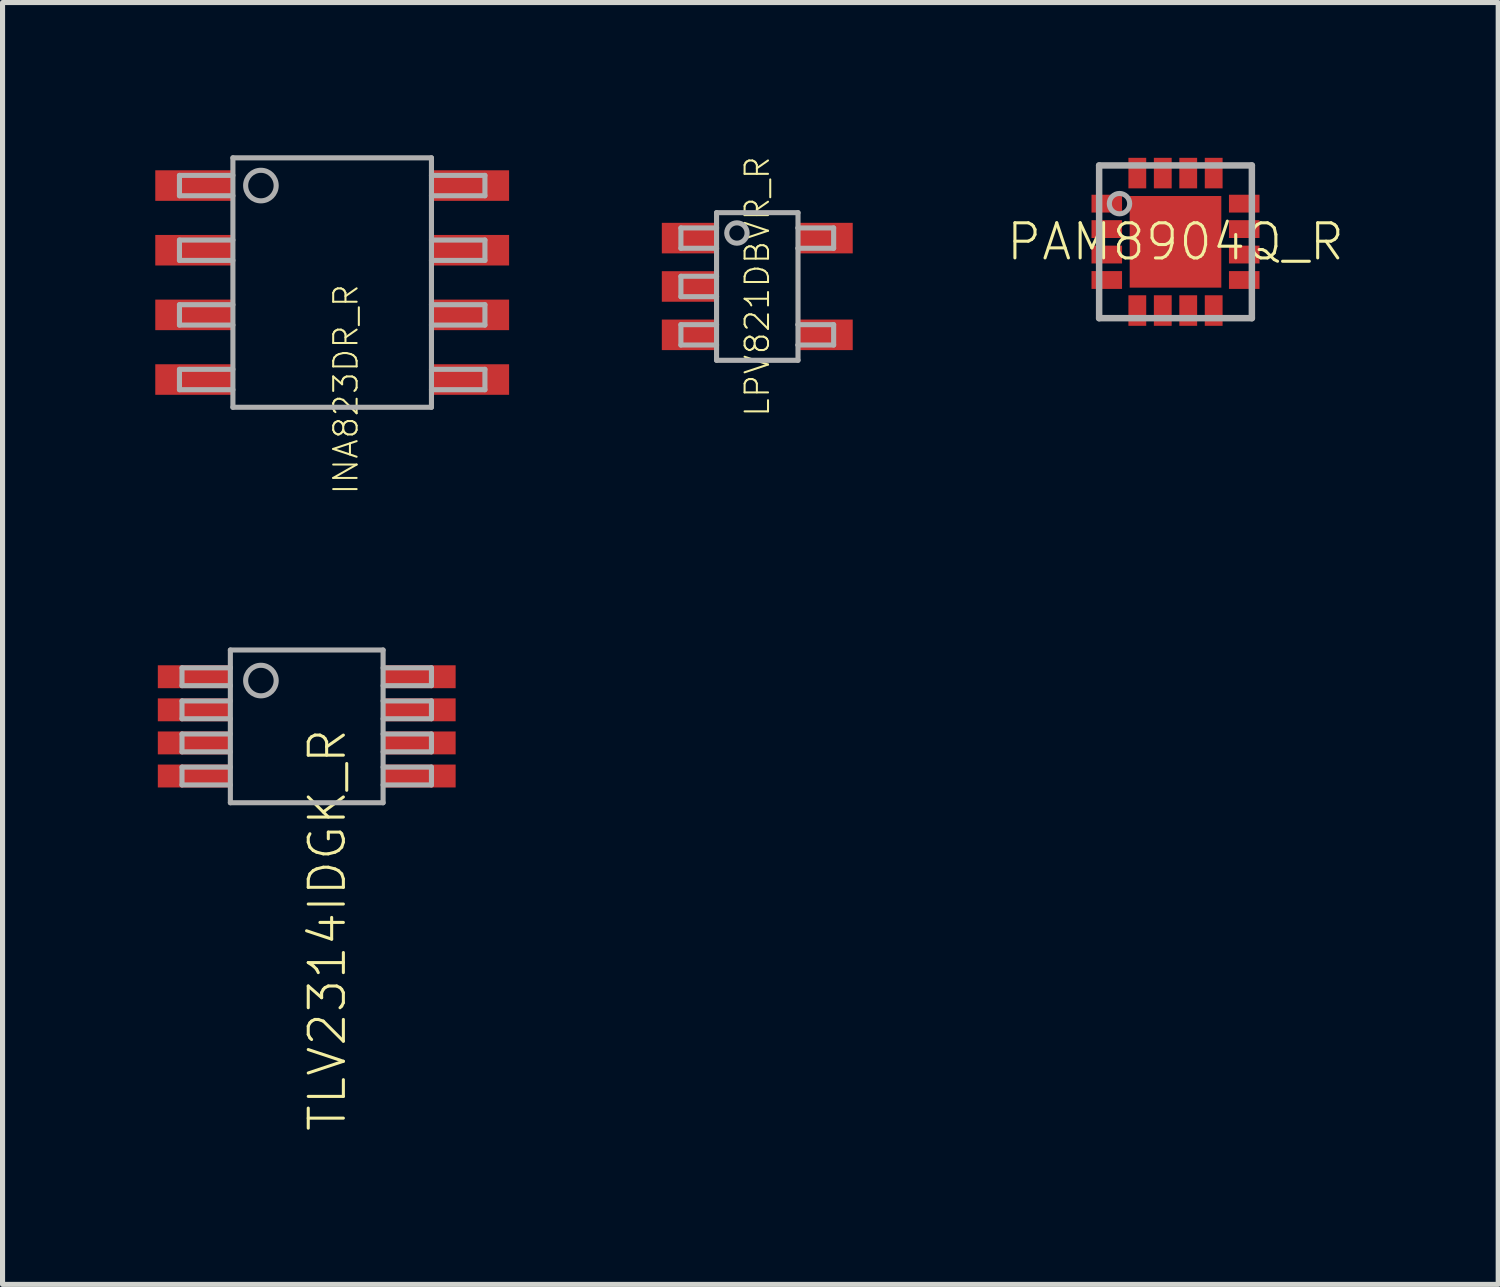
<source format=kicad_pcb>
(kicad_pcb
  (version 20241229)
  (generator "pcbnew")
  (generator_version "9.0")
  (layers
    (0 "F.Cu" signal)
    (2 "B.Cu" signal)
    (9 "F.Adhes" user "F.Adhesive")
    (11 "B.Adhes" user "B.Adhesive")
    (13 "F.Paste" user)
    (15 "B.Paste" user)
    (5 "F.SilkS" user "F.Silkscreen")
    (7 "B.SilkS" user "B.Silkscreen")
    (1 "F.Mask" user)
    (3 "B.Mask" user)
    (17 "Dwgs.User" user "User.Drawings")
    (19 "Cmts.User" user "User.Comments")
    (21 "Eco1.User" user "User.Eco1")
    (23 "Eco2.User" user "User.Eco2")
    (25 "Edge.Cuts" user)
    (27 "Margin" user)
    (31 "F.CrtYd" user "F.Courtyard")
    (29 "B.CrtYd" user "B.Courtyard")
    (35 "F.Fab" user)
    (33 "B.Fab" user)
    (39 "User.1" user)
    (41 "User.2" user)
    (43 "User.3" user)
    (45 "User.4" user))
  (footprint "INA823DR_R"
    (layer "F.Cu")
    (at 3.475 2.5)
    (property "Reference" "INA823DR_R" (at 0 0 90) (unlocked yes) (layer "F.SilkS") (effects (font (size 0.46 0.46) (thickness 0.04)) (justify right top)))
    (fp_poly (pts (xy -1.925 -1.605) (xy -3.475 -1.605) (xy -3.475 -2.205) (xy -1.925 -2.205)) (stroke (width 0) (type default)) (fill yes) (layer "F.Paste"))
    (fp_poly (pts (xy -1.925 -1.605) (xy -3.475 -1.605) (xy -3.475 -2.205) (xy -1.925 -2.205)) (stroke (width 0) (type default)) (fill yes) (layer "F.Paste"))
    (fp_poly (pts (xy -1.925 -0.335) (xy -3.475 -0.335) (xy -3.475 -0.935) (xy -1.925 -0.935)) (stroke (width 0) (type default)) (fill yes) (layer "F.Paste"))
    (fp_poly (pts (xy -1.925 0.935) (xy -3.475 0.935) (xy -3.475 0.335) (xy -1.925 0.335)) (stroke (width 0) (type default)) (fill yes) (layer "F.Paste"))
    (fp_poly (pts (xy -1.925 2.205) (xy -3.475 2.205) (xy -3.475 1.605) (xy -1.925 1.605)) (stroke (width 0) (type default)) (fill yes) (layer "F.Paste"))
    (fp_poly (pts (xy 3.475 -1.605) (xy 1.925 -1.605) (xy 1.925 -2.205) (xy 3.475 -2.205)) (stroke (width 0) (type default)) (fill yes) (layer "F.Paste"))
    (fp_poly (pts (xy 3.475 -0.335) (xy 1.925 -0.335) (xy 1.925 -0.935) (xy 3.475 -0.935)) (stroke (width 0) (type default)) (fill yes) (layer "F.Paste"))
    (fp_poly (pts (xy 3.475 0.935) (xy 1.925 0.935) (xy 1.925 0.335) (xy 3.475 0.335)) (stroke (width 0) (type default)) (fill yes) (layer "F.Paste"))
    (fp_poly (pts (xy 3.475 2.205) (xy 1.925 2.205) (xy 1.925 1.605) (xy 3.475 1.605)) (stroke (width 0) (type default)) (fill yes) (layer "F.Paste"))
    (fp_line (start -3 -2.105) (end -3 -1.705) (stroke (width 0.1) (type solid)) (layer "F.Fab"))
    (fp_line (start -3 -1.705) (end -1.95 -1.705) (stroke (width 0.1) (type solid)) (layer "F.Fab"))
    (fp_line (start -3 -0.835) (end -3 -0.435) (stroke (width 0.1) (type solid)) (layer "F.Fab"))
    (fp_line (start -3 -0.435) (end -1.95 -0.435) (stroke (width 0.1) (type solid)) (layer "F.Fab"))
    (fp_line (start -3 0.435) (end -3 0.835) (stroke (width 0.1) (type solid)) (layer "F.Fab"))
    (fp_line (start -3 0.835) (end -1.95 0.835) (stroke (width 0.1) (type solid)) (layer "F.Fab"))
    (fp_line (start -3 1.705) (end -3 2.105) (stroke (width 0.1) (type solid)) (layer "F.Fab"))
    (fp_line (start -3 2.105) (end -1.95 2.105) (stroke (width 0.1) (type solid)) (layer "F.Fab"))
    (fp_line (start -1.95 -2.45) (end -1.95 2.45) (stroke (width 0.1) (type solid)) (layer "F.Fab"))
    (fp_line (start -1.95 -2.105) (end -3 -2.105) (stroke (width 0.1) (type solid)) (layer "F.Fab"))
    (fp_line (start -1.95 -0.835) (end -3 -0.835) (stroke (width 0.1) (type solid)) (layer "F.Fab"))
    (fp_line (start -1.95 0.435) (end -3 0.435) (stroke (width 0.1) (type solid)) (layer "F.Fab"))
    (fp_line (start -1.95 1.705) (end -3 1.705) (stroke (width 0.1) (type solid)) (layer "F.Fab"))
    (fp_line (start -1.95 2.45) (end 1.95 2.45) (stroke (width 0.1) (type solid)) (layer "F.Fab"))
    (fp_line (start 1.95 -2.45) (end -1.95 -2.45) (stroke (width 0.1) (type solid)) (layer "F.Fab"))
    (fp_line (start 1.95 -2.105) (end 3 -2.105) (stroke (width 0.1) (type solid)) (layer "F.Fab"))
    (fp_line (start 1.95 -0.835) (end 3 -0.835) (stroke (width 0.1) (type solid)) (layer "F.Fab"))
    (fp_line (start 1.95 0.435) (end 3 0.435) (stroke (width 0.1) (type solid)) (layer "F.Fab"))
    (fp_line (start 1.95 1.705) (end 3 1.705) (stroke (width 0.1) (type solid)) (layer "F.Fab"))
    (fp_line (start 1.95 2.45) (end 1.95 -2.45) (stroke (width 0.1) (type solid)) (layer "F.Fab"))
    (fp_line (start 3 -2.105) (end 3 -1.705) (stroke (width 0.1) (type solid)) (layer "F.Fab"))
    (fp_line (start 3 -1.705) (end 1.95 -1.705) (stroke (width 0.1) (type solid)) (layer "F.Fab"))
    (fp_line (start 3 -0.835) (end 3 -0.435) (stroke (width 0.1) (type solid)) (layer "F.Fab"))
    (fp_line (start 3 -0.435) (end 1.95 -0.435) (stroke (width 0.1) (type solid)) (layer "F.Fab"))
    (fp_line (start 3 0.435) (end 3 0.835) (stroke (width 0.1) (type solid)) (layer "F.Fab"))
    (fp_line (start 3 0.835) (end 1.95 0.835) (stroke (width 0.1) (type solid)) (layer "F.Fab"))
    (fp_line (start 3 1.705) (end 3 2.105) (stroke (width 0.1) (type solid)) (layer "F.Fab"))
    (fp_line (start 3 2.105) (end 1.95 2.105) (stroke (width 0.1) (type solid)) (layer "F.Fab"))
    (fp_circle (center -1.4 -1.905) (end -1.1 -1.905) (stroke (width 0.1) (type solid)) (fill no) (layer "F.Fab"))
    (pad "1" smd rect (at -2.7 -1.905 270) (size 0.6 1.55) (layers "F.Cu" "F.Mask"))
    (pad "2" smd rect (at -2.7 -0.635 270) (size 0.6 1.55) (layers "F.Cu" "F.Mask"))
    (pad "3" smd rect (at -2.7 0.635 270) (size 0.6 1.55) (layers "F.Cu" "F.Mask"))
    (pad "4" smd rect (at -2.7 1.905 270) (size 0.6 1.55) (layers "F.Cu" "F.Mask"))
    (pad "5" smd rect (at 2.7 1.905 90) (size 0.6 1.55) (layers "F.Cu" "F.Mask"))
    (pad "6" smd rect (at 2.7 0.635 90) (size 0.6 1.55) (layers "F.Cu" "F.Mask"))
    (pad "7" smd rect (at 2.7 -0.635 90) (size 0.6 1.55) (layers "F.Cu" "F.Mask"))
    (pad "8" smd rect (at 2.7 -1.905 90) (size 0.6 1.55) (layers "F.Cu" "F.Mask")))
  (footprint "LPV821DBVR_R"
    (layer "F.Cu")
    (at 11.825 2.577)
    (property "Reference" "LPV821DBVR_R" (at 0 0 90) (unlocked yes) (layer "F.SilkS") (effects (font (size 0.46 0.46) (thickness 0.04))))
    (fp_line (start -1.5 -1.15) (end -1.5 -0.75) (stroke (width 0.1) (type solid)) (layer "F.Fab"))
    (fp_line (start -1.5 -0.75) (end -0.8 -0.75) (stroke (width 0.1) (type solid)) (layer "F.Fab"))
    (fp_line (start -1.5 -0.2) (end -1.5 0.2) (stroke (width 0.1) (type solid)) (layer "F.Fab"))
    (fp_line (start -1.5 0.75) (end -1.5 1.15) (stroke (width 0.1) (type solid)) (layer "F.Fab"))
    (fp_line (start -0.8 -1.45) (end 0.8 -1.45) (stroke (width 0.1) (type solid)) (layer "F.Fab"))
    (fp_line (start -0.8 -1.15) (end -1.5 -1.15) (stroke (width 0.1) (type solid)) (layer "F.Fab"))
    (fp_line (start -0.8 -1.15) (end -0.8 -1.45) (stroke (width 0.1) (type solid)) (layer "F.Fab"))
    (fp_line (start -0.8 -0.75) (end -0.8 -1.15) (stroke (width 0.1) (type solid)) (layer "F.Fab"))
    (fp_line (start -0.8 -0.2) (end -1.5 -0.2) (stroke (width 0.1) (type solid)) (layer "F.Fab"))
    (fp_line (start -0.8 -0.2) (end -0.8 -0.75) (stroke (width 0.1) (type solid)) (layer "F.Fab"))
    (fp_line (start -0.8 0.2) (end -1.5 0.2) (stroke (width 0.1) (type solid)) (layer "F.Fab"))
    (fp_line (start -0.8 0.2) (end -0.8 -0.2) (stroke (width 0.1) (type solid)) (layer "F.Fab"))
    (fp_line (start -0.8 0.75) (end -1.5 0.75) (stroke (width 0.1) (type solid)) (layer "F.Fab"))
    (fp_line (start -0.8 0.75) (end -0.8 0.2) (stroke (width 0.1) (type solid)) (layer "F.Fab"))
    (fp_line (start -0.8 1.15) (end -1.5 1.15) (stroke (width 0.1) (type solid)) (layer "F.Fab"))
    (fp_line (start -0.8 1.15) (end -0.8 0.75) (stroke (width 0.1) (type solid)) (layer "F.Fab"))
    (fp_line (start -0.8 1.45) (end -0.8 1.15) (stroke (width 0.1) (type solid)) (layer "F.Fab"))
    (fp_line (start 0.8 -1.45) (end 0.8 -1.15) (stroke (width 0.1) (type solid)) (layer "F.Fab"))
    (fp_line (start 0.8 -1.15) (end 0.8 -0.75) (stroke (width 0.1) (type solid)) (layer "F.Fab"))
    (fp_line (start 0.8 -0.75) (end 0.8 0.75) (stroke (width 0.1) (type solid)) (layer "F.Fab"))
    (fp_line (start 0.8 0.75) (end 0.8 1.15) (stroke (width 0.1) (type solid)) (layer "F.Fab"))
    (fp_line (start 0.8 1.15) (end 0.8 1.45) (stroke (width 0.1) (type solid)) (layer "F.Fab"))
    (fp_line (start 0.8 1.45) (end -0.8 1.45) (stroke (width 0.1) (type solid)) (layer "F.Fab"))
    (fp_line (start 1.5 -1.15) (end 0.8 -1.15) (stroke (width 0.1) (type solid)) (layer "F.Fab"))
    (fp_line (start 1.5 -1.15) (end 1.5 -0.75) (stroke (width 0.1) (type solid)) (layer "F.Fab"))
    (fp_line (start 1.5 -0.75) (end 0.8 -0.75) (stroke (width 0.1) (type solid)) (layer "F.Fab"))
    (fp_line (start 1.5 0.75) (end 0.8 0.75) (stroke (width 0.1) (type solid)) (layer "F.Fab"))
    (fp_line (start 1.5 0.75) (end 1.5 1.15) (stroke (width 0.1) (type solid)) (layer "F.Fab"))
    (fp_line (start 1.5 1.15) (end 0.8 1.15) (stroke (width 0.1) (type solid)) (layer "F.Fab"))
    (fp_circle (center -0.4 -1.05) (end -0.2 -1.05) (stroke (width 0.1) (type solid)) (fill no) (layer "F.Fab"))
    (pad "1" smd rect (at -1.35 -0.95) (size 1.05 0.6) (layers "F.Cu" "F.Mask" "F.Paste"))
    (pad "2" smd rect (at -1.35 0) (size 1.05 0.6) (layers "F.Cu" "F.Mask" "F.Paste"))
    (pad "3" smd rect (at -1.35 0.95) (size 1.05 0.6) (layers "F.Cu" "F.Mask" "F.Paste"))
    (pad "4" smd rect (at 1.35 0.95) (size 1.05 0.6) (layers "F.Cu" "F.Mask" "F.Paste"))
    (pad "5" smd rect (at 1.35 -0.95) (size 1.05 0.6) (layers "F.Cu" "F.Mask" "F.Paste")))
  (footprint "TLV2314IDGK_R"
    (layer "F.Cu")
    (at 2.975 11.218)
    (property "Reference" "TLV2314IDGK_R" (at 0 0 90) (unlocked yes) (layer "F.SilkS") (effects (font (size 0.69 0.69) (thickness 0.06)) (justify right top)))
    (fp_poly (pts (xy -1.425 -0.7) (xy -1.425 -1.25) (xy -2.975 -1.25) (xy -2.975 -0.7)) (stroke (width 0) (type default)) (fill yes) (layer "F.Mask"))
    (fp_poly (pts (xy -1.425 -0.05) (xy -1.425 -0.6) (xy -2.975 -0.6) (xy -2.975 -0.05)) (stroke (width 0) (type default)) (fill yes) (layer "F.Mask"))
    (fp_poly (pts (xy -1.425 0.6) (xy -1.425 0.05) (xy -2.975 0.05) (xy -2.975 0.6)) (stroke (width 0) (type default)) (fill yes) (layer "F.Mask"))
    (fp_poly (pts (xy -1.425 1.25) (xy -1.425 0.7) (xy -2.975 0.7) (xy -2.975 1.25)) (stroke (width 0) (type default)) (fill yes) (layer "F.Mask"))
    (fp_poly (pts (xy 2.975 -0.7) (xy 2.975 -1.25) (xy 1.425 -1.25) (xy 1.425 -0.7)) (stroke (width 0) (type default)) (fill yes) (layer "F.Mask"))
    (fp_poly (pts (xy 2.975 -0.05) (xy 2.975 -0.6) (xy 1.425 -0.6) (xy 1.425 -0.05)) (stroke (width 0) (type default)) (fill yes) (layer "F.Mask"))
    (fp_poly (pts (xy 2.975 0.6) (xy 2.975 0.05) (xy 1.425 0.05) (xy 1.425 0.6)) (stroke (width 0) (type default)) (fill yes) (layer "F.Mask"))
    (fp_poly (pts (xy 2.975 1.25) (xy 2.975 0.7) (xy 1.425 0.7) (xy 1.425 1.25)) (stroke (width 0) (type default)) (fill yes) (layer "F.Mask"))
    (fp_poly (pts (xy -1.475 -0.75) (xy -2.925 -0.75) (xy -2.925 -1.2) (xy -1.475 -1.2)) (stroke (width 0) (type default)) (fill yes) (layer "F.Paste"))
    (fp_poly (pts (xy -1.475 -0.1) (xy -2.925 -0.1) (xy -2.925 -0.55) (xy -1.475 -0.55)) (stroke (width 0) (type default)) (fill yes) (layer "F.Paste"))
    (fp_poly (pts (xy -1.475 0.55) (xy -2.925 0.55) (xy -2.925 0.1) (xy -1.475 0.1)) (stroke (width 0) (type default)) (fill yes) (layer "F.Paste"))
    (fp_poly (pts (xy -1.475 1.2) (xy -2.925 1.2) (xy -2.925 0.75) (xy -1.475 0.75)) (stroke (width 0) (type default)) (fill yes) (layer "F.Paste"))
    (fp_poly (pts (xy 2.925 -0.75) (xy 1.475 -0.75) (xy 1.475 -1.2) (xy 2.925 -1.2)) (stroke (width 0) (type default)) (fill yes) (layer "F.Paste"))
    (fp_poly (pts (xy 2.925 -0.1) (xy 1.475 -0.1) (xy 1.475 -0.55) (xy 2.925 -0.55)) (stroke (width 0) (type default)) (fill yes) (layer "F.Paste"))
    (fp_poly (pts (xy 2.925 0.55) (xy 1.475 0.55) (xy 1.475 0.1) (xy 2.925 0.1)) (stroke (width 0) (type default)) (fill yes) (layer "F.Paste"))
    (fp_poly (pts (xy 2.925 1.2) (xy 1.475 1.2) (xy 1.475 0.75) (xy 2.925 0.75)) (stroke (width 0) (type default)) (fill yes) (layer "F.Paste"))
    (fp_line (start -2.45 -1.15) (end -2.45 -0.8) (stroke (width 0.1) (type solid)) (layer "F.Fab"))
    (fp_line (start -2.45 -0.8) (end -1.5 -0.8) (stroke (width 0.1) (type solid)) (layer "F.Fab"))
    (fp_line (start -2.45 -0.5) (end -2.45 -0.15) (stroke (width 0.1) (type solid)) (layer "F.Fab"))
    (fp_line (start -2.45 -0.15) (end -1.5 -0.15) (stroke (width 0.1) (type solid)) (layer "F.Fab"))
    (fp_line (start -2.45 0.15) (end -2.45 0.5) (stroke (width 0.1) (type solid)) (layer "F.Fab"))
    (fp_line (start -2.45 0.5) (end -1.5 0.5) (stroke (width 0.1) (type solid)) (layer "F.Fab"))
    (fp_line (start -2.45 0.8) (end -2.45 1.15) (stroke (width 0.1) (type solid)) (layer "F.Fab"))
    (fp_line (start -2.45 1.15) (end -1.5 1.15) (stroke (width 0.1) (type solid)) (layer "F.Fab"))
    (fp_line (start -1.5 -1.5) (end -1.5 -1.15) (stroke (width 0.1) (type solid)) (layer "F.Fab"))
    (fp_line (start -1.5 -1.15) (end -2.45 -1.15) (stroke (width 0.1) (type solid)) (layer "F.Fab"))
    (fp_line (start -1.5 -1.15) (end -1.5 -0.8) (stroke (width 0.1) (type solid)) (layer "F.Fab"))
    (fp_line (start -1.5 -0.8) (end -1.5 1.5) (stroke (width 0.1) (type solid)) (layer "F.Fab"))
    (fp_line (start -1.5 -0.5) (end -2.45 -0.5) (stroke (width 0.1) (type solid)) (layer "F.Fab"))
    (fp_line (start -1.5 0.15) (end -2.45 0.15) (stroke (width 0.1) (type solid)) (layer "F.Fab"))
    (fp_line (start -1.5 0.8) (end -2.45 0.8) (stroke (width 0.1) (type solid)) (layer "F.Fab"))
    (fp_line (start -1.5 1.5) (end 1.5 1.5) (stroke (width 0.1) (type solid)) (layer "F.Fab"))
    (fp_line (start 1.5 -1.5) (end -1.5 -1.5) (stroke (width 0.1) (type solid)) (layer "F.Fab"))
    (fp_line (start 1.5 -0.8) (end 2.45 -0.8) (stroke (width 0.1) (type solid)) (layer "F.Fab"))
    (fp_line (start 1.5 -0.15) (end 2.45 -0.15) (stroke (width 0.1) (type solid)) (layer "F.Fab"))
    (fp_line (start 1.5 0.5) (end 2.45 0.5) (stroke (width 0.1) (type solid)) (layer "F.Fab"))
    (fp_line (start 1.5 1.15) (end 2.45 1.15) (stroke (width 0.1) (type solid)) (layer "F.Fab"))
    (fp_line (start 1.5 1.5) (end 1.5 -1.5) (stroke (width 0.1) (type solid)) (layer "F.Fab"))
    (fp_line (start 2.45 -1.15) (end 1.5 -1.15) (stroke (width 0.1) (type solid)) (layer "F.Fab"))
    (fp_line (start 2.45 -0.8) (end 2.45 -1.15) (stroke (width 0.1) (type solid)) (layer "F.Fab"))
    (fp_line (start 2.45 -0.5) (end 1.5 -0.5) (stroke (width 0.1) (type solid)) (layer "F.Fab"))
    (fp_line (start 2.45 -0.15) (end 2.45 -0.5) (stroke (width 0.1) (type solid)) (layer "F.Fab"))
    (fp_line (start 2.45 0.15) (end 1.5 0.15) (stroke (width 0.1) (type solid)) (layer "F.Fab"))
    (fp_line (start 2.45 0.5) (end 2.45 0.15) (stroke (width 0.1) (type solid)) (layer "F.Fab"))
    (fp_line (start 2.45 0.8) (end 1.5 0.8) (stroke (width 0.1) (type solid)) (layer "F.Fab"))
    (fp_line (start 2.45 1.15) (end 2.45 0.8) (stroke (width 0.1) (type solid)) (layer "F.Fab"))
    (fp_circle (center -0.9 -0.9) (end -0.6 -0.9) (stroke (width 0.1) (type solid)) (fill no) (layer "F.Fab"))
    (pad "1" smd rect (at -2.2 -0.975 180) (size 1.45 0.45) (layers "F.Cu"))
    (pad "2" smd rect (at -2.2 -0.325 180) (size 1.45 0.45) (layers "F.Cu"))
    (pad "3" smd rect (at -2.2 0.325 180) (size 1.45 0.45) (layers "F.Cu"))
    (pad "4" smd rect (at -2.2 0.975 180) (size 1.45 0.45) (layers "F.Cu"))
    (pad "5" smd rect (at 2.2 0.975 180) (size 1.45 0.45) (layers "F.Cu"))
    (pad "6" smd rect (at 2.2 0.325 180) (size 1.45 0.45) (layers "F.Cu"))
    (pad "7" smd rect (at 2.2 -0.325 180) (size 1.45 0.45) (layers "F.Cu"))
    (pad "8" smd rect (at 2.2 -0.975 180) (size 1.45 0.45) (layers "F.Cu")))
  (footprint "PAM8904Q_R"
    (layer "F.Cu")
    (at 20.04 1.7)
    (property "Reference" "PAM8904Q_R" (at 0 0 0) (unlocked yes) (layer "F.SilkS") (effects (font (size 0.69 0.69) (thickness 0.06))))
    (fp_poly (pts (xy -1 1) (xy -1 -1) (xy -1.7 -1) (xy -1.7 1)) (stroke (width 0) (type default)) (fill yes) (layer "F.Mask"))
    (fp_poly (pts (xy -1 1.7) (xy 1 1.7) (xy 1 1) (xy -1 1)) (stroke (width 0) (type default)) (fill yes) (layer "F.Mask"))
    (fp_poly (pts (xy -0.9 0.9) (xy 0.9 0.9) (xy 0.9 -0.9) (xy -0.9 -0.9)) (stroke (width 0) (type default)) (fill yes) (layer "F.Mask"))
    (fp_poly (pts (xy 1 -1.7) (xy -1 -1.7) (xy -1 -1) (xy 1 -1)) (stroke (width 0) (type default)) (fill yes) (layer "F.Mask"))
    (fp_poly (pts (xy 1 -1) (xy 1 1) (xy 1.7 1) (xy 1.7 -1)) (stroke (width 0) (type default)) (fill yes) (layer "F.Mask"))
    (fp_poly (pts (xy -0.8 -0.075) (xy -0.075 -0.075) (xy -0.075 -0.8) (xy -0.8 -0.8)) (stroke (width 0) (type default)) (fill yes) (layer "F.Paste"))
    (fp_poly (pts (xy -0.8 0.8) (xy -0.075 0.8) (xy -0.075 0.075) (xy -0.8 0.075)) (stroke (width 0) (type default)) (fill yes) (layer "F.Paste"))
    (fp_poly (pts (xy 0.075 -0.075) (xy 0.8 -0.075) (xy 0.8 -0.8) (xy 0.075 -0.8)) (stroke (width 0) (type default)) (fill yes) (layer "F.Paste"))
    (fp_poly (pts (xy 0.075 0.8) (xy 0.8 0.8) (xy 0.8 0.075) (xy 0.075 0.075)) (stroke (width 0) (type default)) (fill yes) (layer "F.Paste"))
    (fp_line (start -1.5 -1.5) (end -1.5 1.5) (stroke (width 0.127) (type solid)) (layer "F.Fab"))
    (fp_line (start -1.5 1.5) (end 1.5 1.5) (stroke (width 0.127) (type solid)) (layer "F.Fab"))
    (fp_line (start 1.5 -1.5) (end -1.5 -1.5) (stroke (width 0.127) (type solid)) (layer "F.Fab"))
    (fp_line (start 1.5 1.5) (end 1.5 -1.5) (stroke (width 0.127) (type solid)) (layer "F.Fab"))
    (fp_circle (center -1.1 -0.75) (end -0.9 -0.75) (stroke (width 0.1) (type solid)) (fill no) (layer "F.Fab"))
    (pad "0" smd rect (at 0 0) (size 1.8 1.8) (layers "F.Cu"))
    (pad "1" smd rect (at -1.35 -0.75 90) (size 0.35 0.6) (layers "F.Cu" "F.Paste"))
    (pad "2" smd rect (at -1.35 -0.25 90) (size 0.35 0.6) (layers "F.Cu" "F.Paste"))
    (pad "3" smd rect (at -1.35 0.25 90) (size 0.35 0.6) (layers "F.Cu" "F.Paste"))
    (pad "4" smd rect (at -1.35 0.75 90) (size 0.35 0.6) (layers "F.Cu" "F.Paste"))
    (pad "5" smd rect (at -0.75 1.35) (size 0.35 0.6) (layers "F.Cu" "F.Paste"))
    (pad "6" smd rect (at -0.25 1.35) (size 0.35 0.6) (layers "F.Cu" "F.Paste"))
    (pad "7" smd rect (at 0.25 1.35) (size 0.35 0.6) (layers "F.Cu" "F.Paste"))
    (pad "8" smd rect (at 0.75 1.35) (size 0.35 0.6) (layers "F.Cu" "F.Paste"))
    (pad "9" smd rect (at 1.35 0.75 90) (size 0.35 0.6) (layers "F.Cu" "F.Paste"))
    (pad "10" smd rect (at 1.35 0.25 90) (size 0.35 0.6) (layers "F.Cu" "F.Paste"))
    (pad "11" smd rect (at 1.35 -0.25 90) (size 0.35 0.6) (layers "F.Cu" "F.Paste"))
    (pad "12" smd rect (at 1.35 -0.75 90) (size 0.35 0.6) (layers "F.Cu" "F.Paste"))
    (pad "13" smd rect (at 0.75 -1.35) (size 0.35 0.6) (layers "F.Cu" "F.Paste"))
    (pad "14" smd rect (at 0.25 -1.35) (size 0.35 0.6) (layers "F.Cu" "F.Paste"))
    (pad "15" smd rect (at -0.25 -1.35) (size 0.35 0.6) (layers "F.Cu" "F.Paste"))
    (pad "16" smd rect (at -0.75 -1.35) (size 0.35 0.6) (layers "F.Cu" "F.Paste")))
  (gr_rect
    (start -3 -3)
    (end 26.379 22.179)
    (stroke (width 0.1) (type default))
    (fill no)
    (layer "Edge.Cuts")))
</source>
